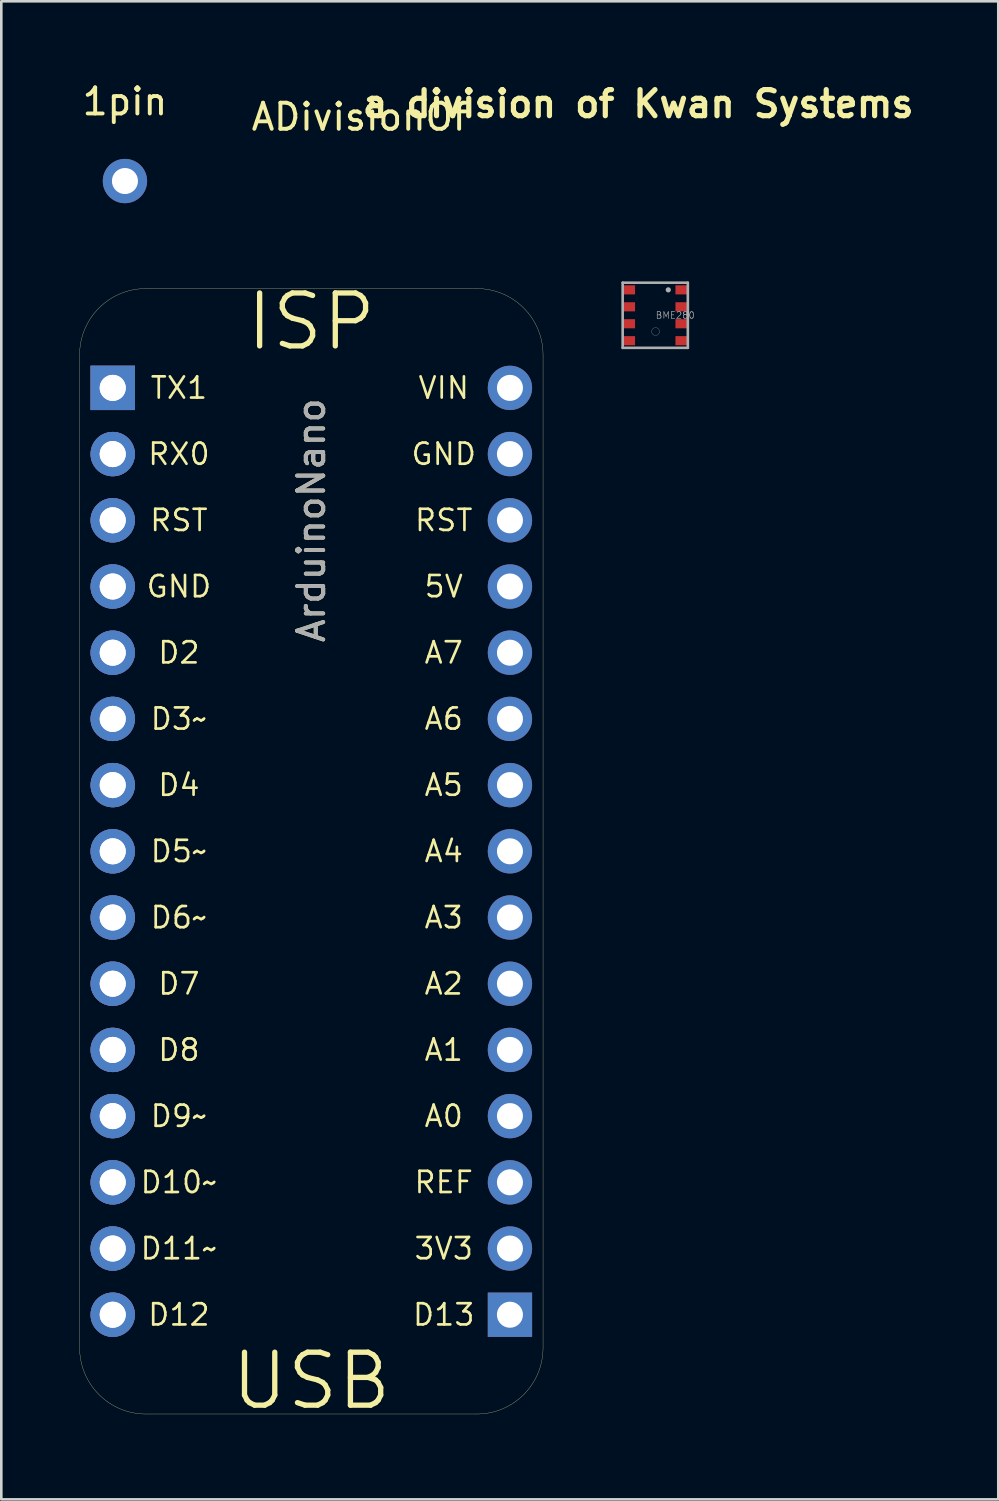
<source format=kicad_pcb>
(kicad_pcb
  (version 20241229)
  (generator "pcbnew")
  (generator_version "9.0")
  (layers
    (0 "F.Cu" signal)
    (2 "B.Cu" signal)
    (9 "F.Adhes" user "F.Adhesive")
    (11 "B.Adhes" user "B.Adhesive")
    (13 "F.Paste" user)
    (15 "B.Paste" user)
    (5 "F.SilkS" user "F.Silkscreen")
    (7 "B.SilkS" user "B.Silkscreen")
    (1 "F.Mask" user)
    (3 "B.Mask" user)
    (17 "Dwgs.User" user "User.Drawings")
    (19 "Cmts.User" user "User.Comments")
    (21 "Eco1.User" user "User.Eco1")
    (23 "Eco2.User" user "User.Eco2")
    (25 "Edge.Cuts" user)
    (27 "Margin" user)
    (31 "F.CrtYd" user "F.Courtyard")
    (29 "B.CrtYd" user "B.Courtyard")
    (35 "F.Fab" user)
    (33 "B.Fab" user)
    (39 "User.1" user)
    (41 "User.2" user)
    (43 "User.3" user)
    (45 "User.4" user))
  (footprint "ArduinoNano"
    (layer "F.Cu")
    (at 1.275 11.832)
    (property "Reference" "ArduinoNano" (at 7.62 5.08 90) (layer "F.SilkS") (effects (font (size 1 1) (thickness 0.15))))
    (attr through_hole)
    (fp_line (start -1.27 36.83) (end -1.27 -1.27) (stroke (width 0.01) (type solid)) (layer "F.SilkS"))
    (fp_line (start 1.27 -3.81) (end 13.97 -3.81) (stroke (width 0.01) (type solid)) (layer "F.SilkS"))
    (fp_line (start 13.97 39.37) (end 1.27 39.37) (stroke (width 0.01) (type solid)) (layer "F.SilkS"))
    (fp_line (start 16.51 -1.27) (end 16.51 36.83) (stroke (width 0.01) (type solid)) (layer "F.SilkS"))
    (fp_arc (start -1.27 -1.27) (mid -0.526051 -3.066051) (end 1.27 -3.81) (stroke (width 0.01) (type solid)) (layer "F.SilkS"))
    (fp_arc (start 1.27 39.37) (mid -0.526051 38.626051) (end -1.27 36.83) (stroke (width 0.01) (type solid)) (layer "F.SilkS"))
    (fp_arc (start 13.97 -3.81) (mid 15.766051 -3.066051) (end 16.51 -1.27) (stroke (width 0.01) (type solid)) (layer "F.SilkS"))
    (fp_arc (start 16.51 36.83) (mid 15.766051 38.626051) (end 13.97 39.37) (stroke (width 0.01) (type solid)) (layer "F.SilkS"))
    (fp_text user "VIN" (at 12.7 0 0) (layer "F.SilkS") (effects (font (size 0.813 0.813) (thickness 0.102))))
    (fp_text user "D6~" (at 2.54 20.32 0) (layer "F.SilkS") (effects (font (size 0.813 0.813) (thickness 0.102))))
    (fp_text user "D5~" (at 2.54 17.78 0) (layer "F.SilkS") (effects (font (size 0.813 0.813) (thickness 0.102))))
    (fp_text user "A5" (at 12.7 15.24 0) (layer "F.SilkS") (effects (font (size 0.813 0.813) (thickness 0.102))))
    (fp_text user "A1" (at 12.7 25.4 0) (layer "F.SilkS") (effects (font (size 0.813 0.813) (thickness 0.102))))
    (fp_text user "A0" (at 12.7 27.94 0) (layer "F.SilkS") (effects (font (size 0.813 0.813) (thickness 0.102))))
    (fp_text user "A7" (at 12.7 10.16 0) (layer "F.SilkS") (effects (font (size 0.813 0.813) (thickness 0.102))))
    (fp_text user "RX0" (at 2.54 2.54 180) (layer "F.SilkS") (effects (font (size 0.813 0.813) (thickness 0.102))))
    (fp_text user "GND" (at 12.7 2.54 0) (layer "F.SilkS") (effects (font (size 0.813 0.813) (thickness 0.102))))
    (fp_text user "ISP" (at 7.62 -2.54 0) (layer "F.SilkS") (effects (font (size 2.032 2.032) (thickness 0.203))))
    (fp_text user "D4" (at 2.54 15.24 0) (layer "F.SilkS") (effects (font (size 0.813 0.813) (thickness 0.102))))
    (fp_text user "TX1" (at 2.54 0 180) (layer "F.SilkS") (effects (font (size 0.813 0.813) (thickness 0.102))))
    (fp_text user "D9~" (at 2.54 27.94 0) (layer "F.SilkS") (effects (font (size 0.813 0.813) (thickness 0.102))))
    (fp_text user "3V3" (at 12.7 33.02 0) (layer "F.SilkS") (effects (font (size 0.813 0.813) (thickness 0.102))))
    (fp_text user "REF" (at 12.7 30.48 0) (layer "F.SilkS") (effects (font (size 0.813 0.813) (thickness 0.102))))
    (fp_text user "A2" (at 12.7 22.86 0) (layer "F.SilkS") (effects (font (size 0.813 0.813) (thickness 0.102))))
    (fp_text user "D2" (at 2.54 10.16 0) (layer "F.SilkS") (effects (font (size 0.813 0.813) (thickness 0.102))))
    (fp_text user "D7" (at 2.54 22.86 0) (layer "F.SilkS") (effects (font (size 0.813 0.813) (thickness 0.102))))
    (fp_text user "A6" (at 12.7 12.7 0) (layer "F.SilkS") (effects (font (size 0.813 0.813) (thickness 0.102))))
    (fp_text user "A4" (at 12.7 17.78 0) (layer "F.SilkS") (effects (font (size 0.813 0.813) (thickness 0.102))))
    (fp_text user "A3" (at 12.7 20.32 0) (layer "F.SilkS") (effects (font (size 0.813 0.813) (thickness 0.102))))
    (fp_text user "GND" (at 2.54 7.62 0) (layer "F.SilkS") (effects (font (size 0.813 0.813) (thickness 0.102))))
    (fp_text user "5V" (at 12.7 7.62 0) (layer "F.SilkS") (effects (font (size 0.813 0.813) (thickness 0.102))))
    (fp_text user "D8" (at 2.54 25.4 0) (layer "F.SilkS") (effects (font (size 0.813 0.813) (thickness 0.102))))
    (fp_text user "USB" (at 7.62 38.1 0) (layer "F.SilkS") (effects (font (size 2.032 2.032) (thickness 0.203))))
    (fp_text user "D3~" (at 2.54 12.7 0) (layer "F.SilkS") (effects (font (size 0.813 0.813) (thickness 0.102))))
    (fp_text user "D10~" (at 2.54 30.48 0) (layer "F.SilkS") (effects (font (size 0.813 0.813) (thickness 0.102))))
    (fp_text user "RST" (at 2.54 5.08 0) (layer "F.SilkS") (effects (font (size 0.813 0.813) (thickness 0.102))))
    (fp_text user "D12" (at 2.54 35.56 0) (layer "F.SilkS") (effects (font (size 0.813 0.813) (thickness 0.102))))
    (fp_text user "D11~" (at 2.54 33.02 0) (layer "F.SilkS") (effects (font (size 0.813 0.813) (thickness 0.102))))
    (fp_text user "RST" (at 12.7 5.08 0) (layer "F.SilkS") (effects (font (size 0.813 0.813) (thickness 0.102))))
    (fp_text user "D13" (at 12.7 35.56 0) (layer "F.SilkS") (effects (font (size 0.813 0.813) (thickness 0.102))))
    (fp_text user "${REFERENCE}" (at 7.62 5.08 90) (layer "F.Fab") (effects (font (size 1 1) (thickness 0.15))))
    (pad "1" thru_hole rect (at 0 0) (size 1.7 1.7) (drill 1) (layers "*.Cu" "*.Mask"))
    (pad "1" thru_hole rect (at 0 0) (size 1.7 1.7) (drill 1) (layers "*.Cu" "*.Mask"))
    (pad "2" thru_hole oval (at 0 2.54) (size 1.7 1.7) (drill 1) (layers "*.Cu" "*.Mask"))
    (pad "2" thru_hole oval (at 0 2.54) (size 1.7 1.7) (drill 1) (layers "*.Cu" "*.Mask"))
    (pad "3" thru_hole oval (at 0 5.08) (size 1.7 1.7) (drill 1) (layers "*.Cu" "*.Mask"))
    (pad "3" thru_hole oval (at 0 5.08) (size 1.7 1.7) (drill 1) (layers "*.Cu" "*.Mask"))
    (pad "4" thru_hole oval (at 0 7.62) (size 1.7 1.7) (drill 1) (layers "*.Cu" "*.Mask"))
    (pad "4" thru_hole oval (at 0 7.62) (size 1.7 1.7) (drill 1) (layers "*.Cu" "*.Mask"))
    (pad "5" thru_hole oval (at 0 10.16) (size 1.7 1.7) (drill 1) (layers "*.Cu" "*.Mask"))
    (pad "5" thru_hole oval (at 0 10.16) (size 1.7 1.7) (drill 1) (layers "*.Cu" "*.Mask"))
    (pad "6" thru_hole oval (at 0 12.7) (size 1.7 1.7) (drill 1) (layers "*.Cu" "*.Mask"))
    (pad "6" thru_hole oval (at 0 12.7) (size 1.7 1.7) (drill 1) (layers "*.Cu" "*.Mask"))
    (pad "7" thru_hole oval (at 0 15.24) (size 1.7 1.7) (drill 1) (layers "*.Cu" "*.Mask"))
    (pad "7" thru_hole oval (at 0 15.24) (size 1.7 1.7) (drill 1) (layers "*.Cu" "*.Mask"))
    (pad "8" thru_hole oval (at 0 17.78) (size 1.7 1.7) (drill 1) (layers "*.Cu" "*.Mask"))
    (pad "8" thru_hole oval (at 0 17.78) (size 1.7 1.7) (drill 1) (layers "*.Cu" "*.Mask"))
    (pad "9" thru_hole oval (at 0 20.32) (size 1.7 1.7) (drill 1) (layers "*.Cu" "*.Mask"))
    (pad "9" thru_hole oval (at 0 20.32) (size 1.7 1.7) (drill 1) (layers "*.Cu" "*.Mask"))
    (pad "10" thru_hole oval (at 0 22.86) (size 1.7 1.7) (drill 1) (layers "*.Cu" "*.Mask"))
    (pad "10" thru_hole oval (at 0 22.86) (size 1.7 1.7) (drill 1) (layers "*.Cu" "*.Mask"))
    (pad "11" thru_hole oval (at 0 25.4) (size 1.7 1.7) (drill 1) (layers "*.Cu" "*.Mask"))
    (pad "11" thru_hole oval (at 0 25.4) (size 1.7 1.7) (drill 1) (layers "*.Cu" "*.Mask"))
    (pad "12" thru_hole oval (at 0 27.94) (size 1.7 1.7) (drill 1) (layers "*.Cu" "*.Mask"))
    (pad "12" thru_hole oval (at 0 27.94) (size 1.7 1.7) (drill 1) (layers "*.Cu" "*.Mask"))
    (pad "13" thru_hole oval (at 0 30.48) (size 1.7 1.7) (drill 1) (layers "*.Cu" "*.Mask"))
    (pad "13" thru_hole oval (at 0 30.48) (size 1.7 1.7) (drill 1) (layers "*.Cu" "*.Mask"))
    (pad "14" thru_hole oval (at 0 33.02) (size 1.7 1.7) (drill 1) (layers "*.Cu" "*.Mask"))
    (pad "14" thru_hole oval (at 0 33.02) (size 1.7 1.7) (drill 1) (layers "*.Cu" "*.Mask"))
    (pad "15" thru_hole oval (at 0 35.56) (size 1.7 1.7) (drill 1) (layers "*.Cu" "*.Mask"))
    (pad "15" thru_hole oval (at 0 35.56) (size 1.7 1.7) (drill 1) (layers "*.Cu" "*.Mask"))
    (pad "16" thru_hole rect (at 15.24 35.56 180) (size 1.7 1.7) (drill 1) (layers "*.Cu" "*.Mask"))
    (pad "17" thru_hole oval (at 15.24 33.02 180) (size 1.7 1.7) (drill 1) (layers "*.Cu" "*.Mask"))
    (pad "18" thru_hole oval (at 15.24 30.48 180) (size 1.7 1.7) (drill 1) (layers "*.Cu" "*.Mask"))
    (pad "19" thru_hole oval (at 15.24 27.94 180) (size 1.7 1.7) (drill 1) (layers "*.Cu" "*.Mask"))
    (pad "20" thru_hole oval (at 15.24 25.4 180) (size 1.7 1.7) (drill 1) (layers "*.Cu" "*.Mask"))
    (pad "21" thru_hole oval (at 15.24 22.86 180) (size 1.7 1.7) (drill 1) (layers "*.Cu" "*.Mask"))
    (pad "22" thru_hole oval (at 15.24 20.32 180) (size 1.7 1.7) (drill 1) (layers "*.Cu" "*.Mask"))
    (pad "23" thru_hole oval (at 15.24 17.78 180) (size 1.7 1.7) (drill 1) (layers "*.Cu" "*.Mask"))
    (pad "24" thru_hole oval (at 15.24 15.24 180) (size 1.7 1.7) (drill 1) (layers "*.Cu" "*.Mask"))
    (pad "25" thru_hole oval (at 15.24 12.7 180) (size 1.7 1.7) (drill 1) (layers "*.Cu" "*.Mask"))
    (pad "26" thru_hole oval (at 15.24 10.16 180) (size 1.7 1.7) (drill 1) (layers "*.Cu" "*.Mask"))
    (pad "27" thru_hole oval (at 15.24 7.62 180) (size 1.7 1.7) (drill 1) (layers "*.Cu" "*.Mask"))
    (pad "28" thru_hole oval (at 15.24 5.08 180) (size 1.7 1.7) (drill 1) (layers "*.Cu" "*.Mask"))
    (pad "29" thru_hole oval (at 15.24 2.54 180) (size 1.7 1.7) (drill 1) (layers "*.Cu" "*.Mask"))
    (pad "30" thru_hole oval (at 15.24 0 180) (size 1.7 1.7) (drill 1) (layers "*.Cu" "*.Mask")))
  (footprint "ADivisionOf"
    (layer "F.Cu")
    (at 10.756 0.936)
    (property "Reference" "ADivisionOf" (at 0 0.5 0) (layer "F.SilkS") (effects (font (size 1 1) (thickness 0.15))))
    (attr through_hole)
    (fp_text user "a division of Kwan Systems" (at 0 0 0) (layer "F.SilkS") (effects (font (size 1 1) (thickness 0.2)) (justify left))))
  (footprint "BME280"
    (layer "F.Cu")
    (at 22.09 9.046)
    (property "Reference" "BME280" (at 0 0 0) (layer "F.Fab") (effects (font (size 0.254 0.254) (thickness 0.025)) (justify left)))
    (attr through_hole)
    (fp_line (start -1.25 -1.25) (end 1.25 -1.25) (stroke (width 0.1) (type solid)) (layer "F.Fab"))
    (fp_line (start -1.25 1.25) (end -1.25 -1.25) (stroke (width 0.1) (type solid)) (layer "F.Fab"))
    (fp_line (start 1.25 -1.25) (end 1.25 1.25) (stroke (width 0.1) (type solid)) (layer "F.Fab"))
    (fp_line (start 1.25 1.25) (end -1.25 1.25) (stroke (width 0.1) (type solid)) (layer "F.Fab"))
    (fp_circle (center 0.012 0.625) (end 0.012 0.775) (stroke (width 0.01) (type solid)) (fill no) (layer "F.Fab"))
    (fp_circle (center 0.5 -0.975) (end 0.45 -0.975) (stroke (width 0.1) (type solid)) (fill no) (layer "F.Fab"))
    (pad "1" smd rect (at 1.025 -0.975) (size 0.5 0.35) (layers "F.Cu" "F.Mask" "F.Paste"))
    (pad "2" smd rect (at 1.025 -0.325) (size 0.5 0.35) (layers "F.Cu" "F.Mask" "F.Paste"))
    (pad "3" smd rect (at 1.025 0.325) (size 0.5 0.35) (layers "F.Cu" "F.Mask" "F.Paste"))
    (pad "4" smd rect (at 1.025 0.975) (size 0.5 0.35) (layers "F.Cu" "F.Mask" "F.Paste"))
    (pad "5" smd rect (at -1.025 0.975) (size 0.5 0.35) (layers "F.Cu" "F.Mask" "F.Paste"))
    (pad "6" smd rect (at -1.025 0.325) (size 0.5 0.35) (layers "F.Cu" "F.Mask" "F.Paste"))
    (pad "7" smd rect (at -1.025 -0.325) (size 0.5 0.35) (layers "F.Cu" "F.Mask" "F.Paste"))
    (pad "8" smd rect (at -1.025 -0.975) (size 0.5 0.35) (layers "F.Cu" "F.Mask" "F.Paste")))
  (footprint "1pin"
    (layer "F.Cu")
    (at 1.744 3.896)
    (property "Reference" "1pin" (at 0 -3.048 0) (layer "F.SilkS") (effects (font (size 1 1) (thickness 0.15))))
    (attr through_hole)
    (pad "1" thru_hole circle (at 0 0) (size 1.7 1.7) (drill 1) (layers "*.Cu" "*.Mask")))
  (gr_rect
    (start -3 -3)
    (end 35.251 54.477)
    (stroke (width 0.1) (type default))
    (fill no)
    (layer "Edge.Cuts")))
</source>
